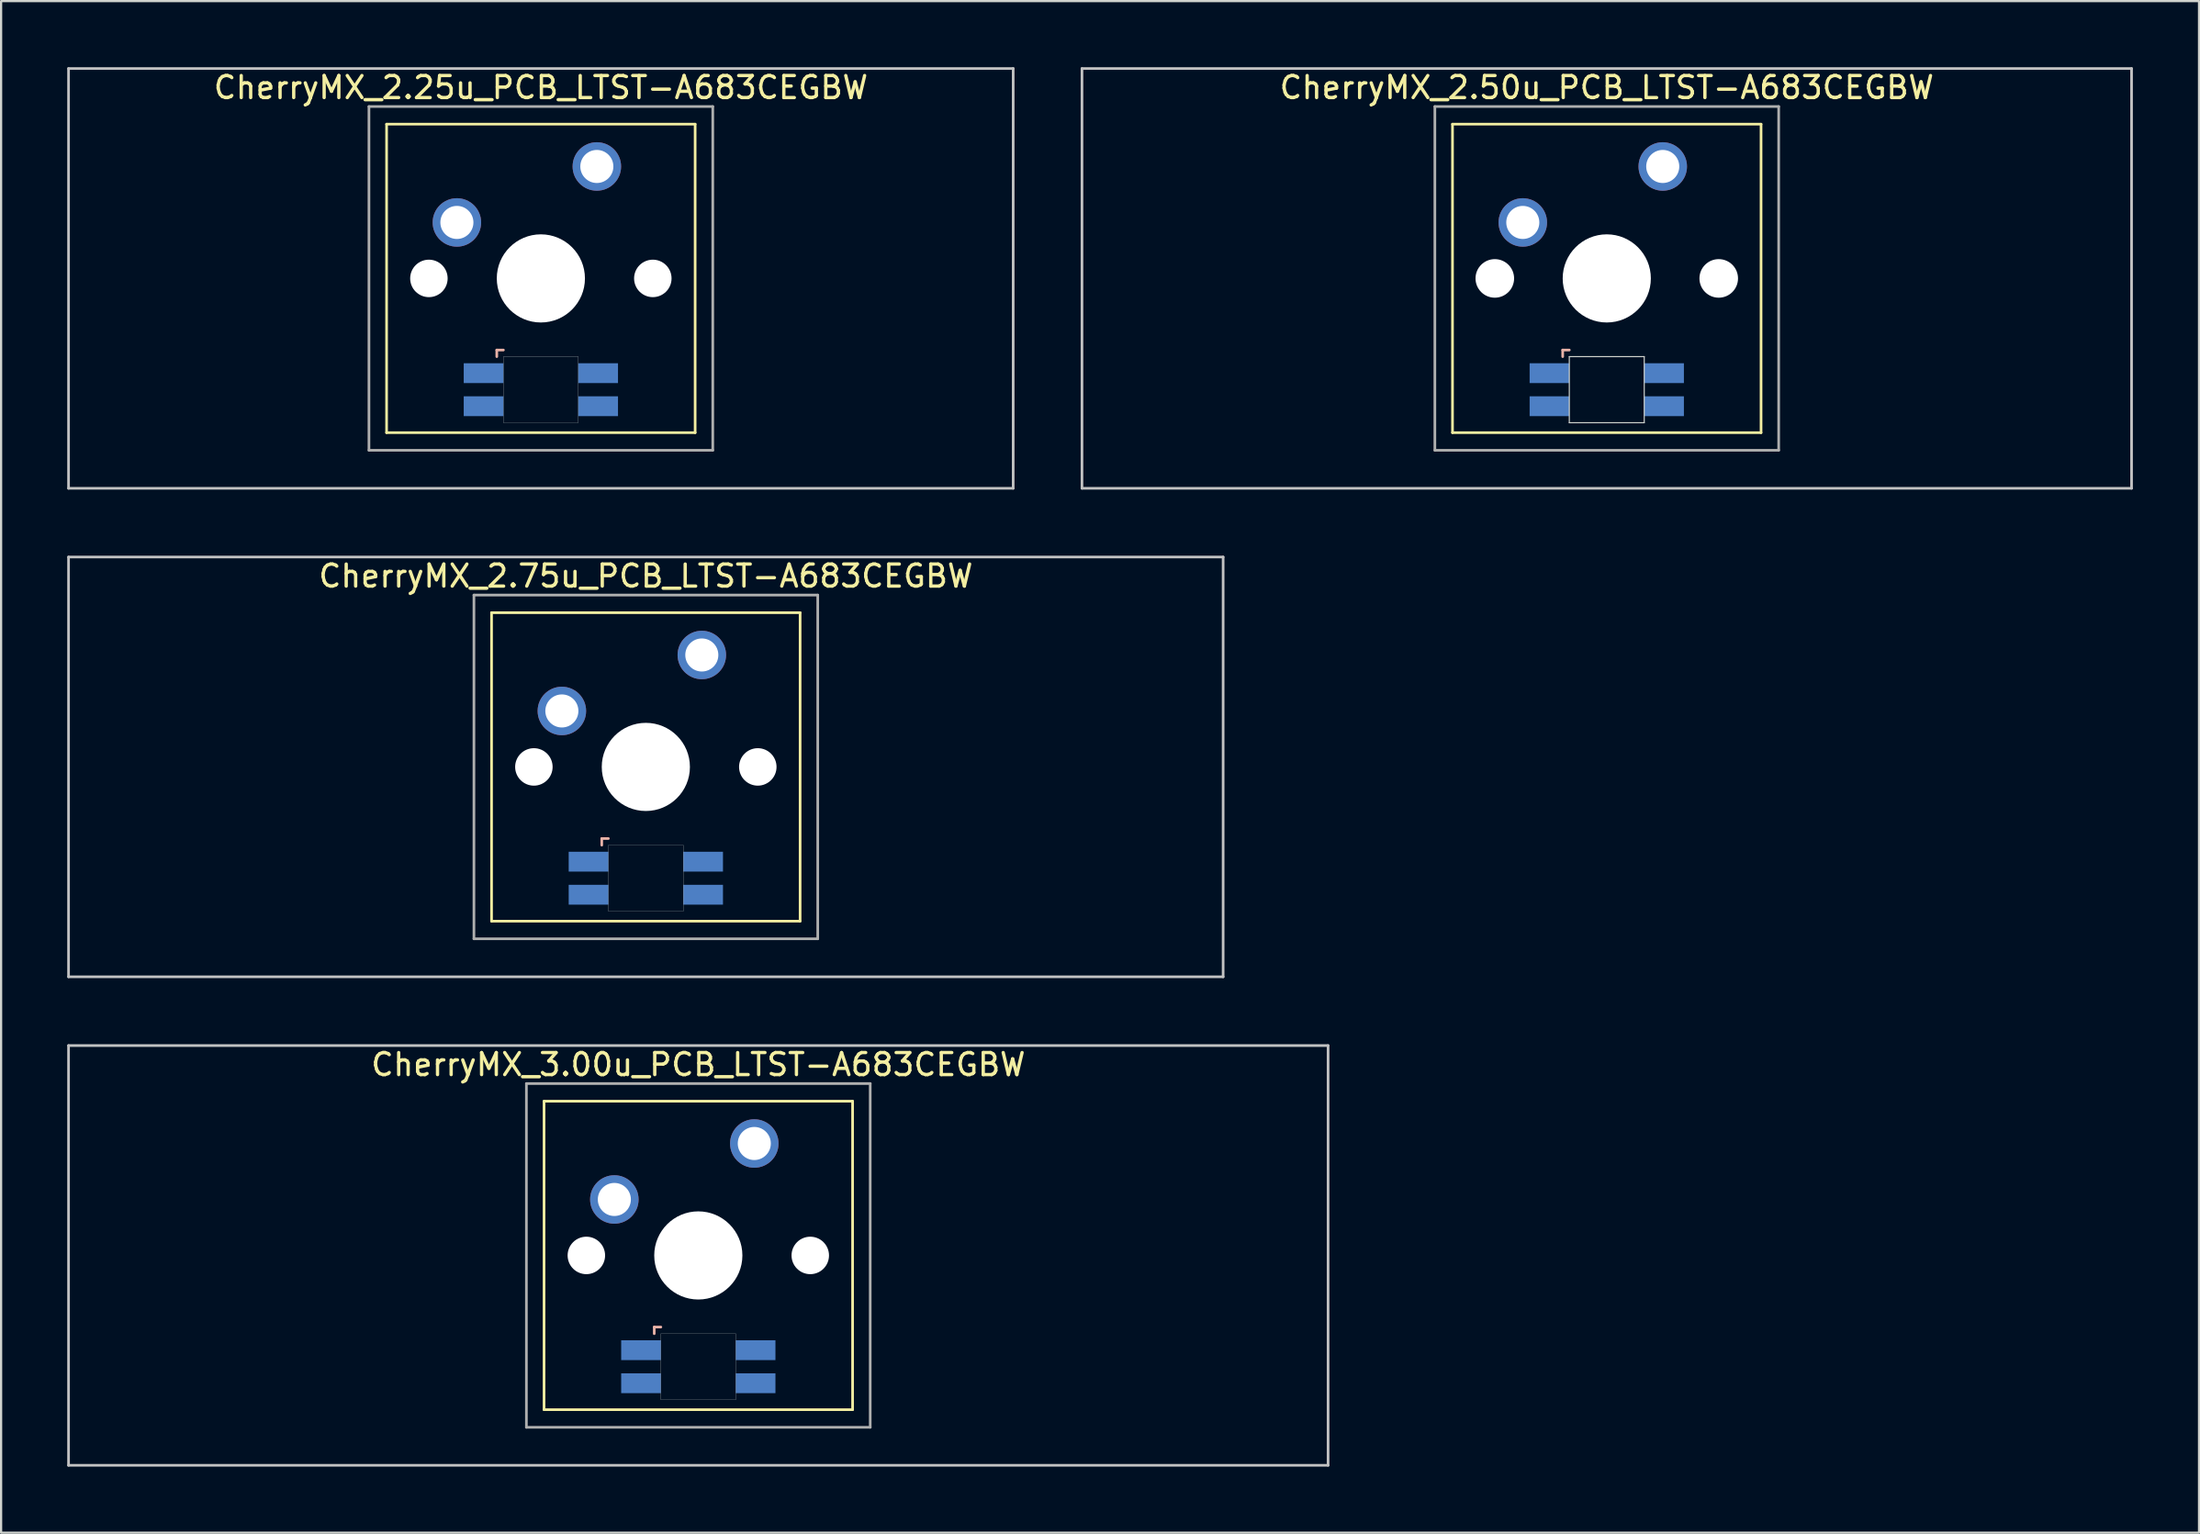
<source format=kicad_pcb>
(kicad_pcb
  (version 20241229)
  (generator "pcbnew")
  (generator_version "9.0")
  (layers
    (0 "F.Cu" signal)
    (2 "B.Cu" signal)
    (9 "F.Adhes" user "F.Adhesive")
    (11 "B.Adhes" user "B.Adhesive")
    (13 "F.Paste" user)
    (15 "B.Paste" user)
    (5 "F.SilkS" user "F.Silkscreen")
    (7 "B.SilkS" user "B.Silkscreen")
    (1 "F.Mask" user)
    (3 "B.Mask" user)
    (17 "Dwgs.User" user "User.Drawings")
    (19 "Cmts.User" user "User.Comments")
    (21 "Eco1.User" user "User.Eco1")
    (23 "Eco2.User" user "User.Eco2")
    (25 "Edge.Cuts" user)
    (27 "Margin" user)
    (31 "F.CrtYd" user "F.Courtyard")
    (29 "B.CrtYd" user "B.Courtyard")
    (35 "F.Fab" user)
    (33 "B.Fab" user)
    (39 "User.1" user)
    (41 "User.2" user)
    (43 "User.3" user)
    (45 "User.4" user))
  (footprint "CherryMX_2.25u_PCB_LTST-A683CEGBW"
    (layer "F.Cu")
    (at 21.491 9.585)
    (property "Reference" "CherryMX_2.25u_PCB_LTST-A683CEGBW" (at 0 -8.662 0) (layer "F.SilkS") (effects (font (size 1 1) (thickness 0.15))))
    (attr through_hole)
    (fp_line (start -7 -7) (end -7 7) (stroke (width 0.12) (type solid)) (layer "F.SilkS"))
    (fp_line (start -7 -7) (end 7 -7) (stroke (width 0.12) (type solid)) (layer "F.SilkS"))
    (fp_line (start 7 -7) (end 7 7) (stroke (width 0.12) (type solid)) (layer "F.SilkS"))
    (fp_line (start 7 7) (end -7 7) (stroke (width 0.12) (type solid)) (layer "F.SilkS"))
    (fp_line (start -2 3.25) (end -2 3.55) (stroke (width 0.12) (type solid)) (layer "B.SilkS"))
    (fp_line (start -1.7 3.25) (end -2 3.25) (stroke (width 0.12) (type solid)) (layer "B.SilkS"))
    (fp_line (start -21.431 -9.525) (end 21.431 -9.525) (stroke (width 0.12) (type solid)) (layer "Dwgs.User"))
    (fp_line (start -21.431 9.525) (end -21.431 -9.525) (stroke (width 0.12) (type solid)) (layer "Dwgs.User"))
    (fp_line (start 21.431 -9.525) (end 21.431 9.525) (stroke (width 0.12) (type solid)) (layer "Dwgs.User"))
    (fp_line (start 21.431 9.525) (end -21.431 9.525) (stroke (width 0.12) (type solid)) (layer "Dwgs.User"))
    (fp_poly (pts (xy 1.7 6.55) (xy -1.7 6.55) (xy -1.7 3.55) (xy 1.7 3.55)) (stroke (width 0.01) (type solid)) (fill no) (layer "Edge.Cuts"))
    (fp_line (start -7.8 -7.8) (end -7.8 7.8) (stroke (width 0.12) (type solid)) (layer "F.Fab"))
    (fp_line (start -7.8 -7.8) (end 7.8 -7.8) (stroke (width 0.12) (type solid)) (layer "F.Fab"))
    (fp_line (start -7.8 7.8) (end 7.8 7.8) (stroke (width 0.12) (type solid)) (layer "F.Fab"))
    (fp_line (start 7.8 -7.8) (end 7.8 7.8) (stroke (width 0.12) (type solid)) (layer "F.Fab"))
    (pad "" np_thru_hole circle (at -5.08 0) (size 1.7 1.7) (drill 1.7) (layers "*.Cu" "*.Mask"))
    (pad "" np_thru_hole circle (at 0 0) (size 4 4) (drill 4) (layers "*.Cu" "*.Mask"))
    (pad "" np_thru_hole circle (at 5.08 0) (size 1.7 1.7) (drill 1.7) (layers "*.Cu" "*.Mask"))
    (pad "1" thru_hole circle (at -3.81 -2.54) (size 2.2 2.2) (drill 1.5) (layers "*.Cu" "*.Mask"))
    (pad "2" thru_hole circle (at 2.54 -5.08) (size 2.2 2.2) (drill 1.5) (layers "*.Cu" "*.Mask"))
    (pad "3" smd rect (at -2.6 4.3) (size 1.8 0.9) (layers "B.Cu" "B.Mask" "B.Paste"))
    (pad "4" smd rect (at -2.6 5.8) (size 1.8 0.9) (layers "B.Cu" "B.Mask" "B.Paste"))
    (pad "5" smd rect (at 2.6 4.3) (size 1.8 0.9) (layers "B.Cu" "B.Mask" "B.Paste"))
    (pad "6" smd rect (at 2.6 5.8) (size 1.8 0.9) (layers "B.Cu" "B.Mask" "B.Paste")))
  (footprint "CherryMX_2.50u_PCB_LTST-A683CEGBW"
    (layer "F.Cu")
    (at 69.855 9.585)
    (property "Reference" "CherryMX_2.50u_PCB_LTST-A683CEGBW" (at 0 -8.662 0) (layer "F.SilkS") (effects (font (size 1 1) (thickness 0.15))))
    (attr through_hole)
    (fp_line (start -7 -7) (end -7 7) (stroke (width 0.12) (type solid)) (layer "F.SilkS"))
    (fp_line (start -7 -7) (end 7 -7) (stroke (width 0.12) (type solid)) (layer "F.SilkS"))
    (fp_line (start 7 -7) (end 7 7) (stroke (width 0.12) (type solid)) (layer "F.SilkS"))
    (fp_line (start 7 7) (end -7 7) (stroke (width 0.12) (type solid)) (layer "F.SilkS"))
    (fp_line (start -2 3.25) (end -2 3.55) (stroke (width 0.12) (type solid)) (layer "B.SilkS"))
    (fp_line (start -1.7 3.25) (end -2 3.25) (stroke (width 0.12) (type solid)) (layer "B.SilkS"))
    (fp_line (start -23.812 -9.525) (end 23.812 -9.525) (stroke (width 0.12) (type solid)) (layer "Dwgs.User"))
    (fp_line (start -23.812 9.525) (end -23.812 -9.525) (stroke (width 0.12) (type solid)) (layer "Dwgs.User"))
    (fp_line (start 23.812 -9.525) (end 23.812 9.525) (stroke (width 0.12) (type solid)) (layer "Dwgs.User"))
    (fp_line (start 23.812 9.525) (end -23.812 9.525) (stroke (width 0.12) (type solid)) (layer "Dwgs.User"))
    (fp_line (start -1.7 3.55) (end 1.7 3.55) (stroke (width 0.05) (type solid)) (layer "Edge.Cuts"))
    (fp_line (start -1.7 6.55) (end -1.7 3.55) (stroke (width 0.05) (type solid)) (layer "Edge.Cuts"))
    (fp_line (start 1.7 3.55) (end 1.7 6.55) (stroke (width 0.05) (type solid)) (layer "Edge.Cuts"))
    (fp_line (start 1.7 6.55) (end -1.7 6.55) (stroke (width 0.05) (type solid)) (layer "Edge.Cuts"))
    (fp_line (start -7.8 -7.8) (end -7.8 7.8) (stroke (width 0.12) (type solid)) (layer "F.Fab"))
    (fp_line (start -7.8 -7.8) (end 7.8 -7.8) (stroke (width 0.12) (type solid)) (layer "F.Fab"))
    (fp_line (start -7.8 7.8) (end 7.8 7.8) (stroke (width 0.12) (type solid)) (layer "F.Fab"))
    (fp_line (start 7.8 -7.8) (end 7.8 7.8) (stroke (width 0.12) (type solid)) (layer "F.Fab"))
    (pad "" np_thru_hole circle (at -5.08 0) (size 1.75 1.75) (drill 1.75) (layers "*.Cu" "*.Mask"))
    (pad "" np_thru_hole circle (at 0 0) (size 4 4) (drill 4) (layers "*.Cu" "*.Mask"))
    (pad "" np_thru_hole circle (at 5.08 0) (size 1.75 1.75) (drill 1.75) (layers "*.Cu" "*.Mask"))
    (pad "1" thru_hole circle (at -3.81 -2.54) (size 2.2 2.2) (drill 1.5) (layers "*.Cu" "*.Mask"))
    (pad "2" thru_hole circle (at 2.54 -5.08) (size 2.2 2.2) (drill 1.5) (layers "*.Cu" "*.Mask"))
    (pad "3" smd rect (at -2.6 4.3) (size 1.8 0.9) (layers "B.Cu" "B.Mask" "B.Paste"))
    (pad "4" smd rect (at -2.6 5.8) (size 1.8 0.9) (layers "B.Cu" "B.Mask" "B.Paste"))
    (pad "5" smd rect (at 2.6 4.3) (size 1.8 0.9) (layers "B.Cu" "B.Mask" "B.Paste"))
    (pad "6" smd rect (at 2.6 5.8) (size 1.8 0.9) (layers "B.Cu" "B.Mask" "B.Paste")))
  (footprint "CherryMX_3.00u_PCB_LTST-A683CEGBW"
    (layer "F.Cu")
    (at 28.635 53.925)
    (property "Reference" "CherryMX_3.00u_PCB_LTST-A683CEGBW" (at 0 -8.662 0) (layer "F.SilkS") (effects (font (size 1 1) (thickness 0.15))))
    (attr through_hole)
    (fp_line (start -7 -7) (end -7 7) (stroke (width 0.12) (type solid)) (layer "F.SilkS"))
    (fp_line (start -7 -7) (end 7 -7) (stroke (width 0.12) (type solid)) (layer "F.SilkS"))
    (fp_line (start 7 -7) (end 7 7) (stroke (width 0.12) (type solid)) (layer "F.SilkS"))
    (fp_line (start 7 7) (end -7 7) (stroke (width 0.12) (type solid)) (layer "F.SilkS"))
    (fp_line (start -2 3.25) (end -2 3.55) (stroke (width 0.12) (type solid)) (layer "B.SilkS"))
    (fp_line (start -1.7 3.25) (end -2 3.25) (stroke (width 0.12) (type solid)) (layer "B.SilkS"))
    (fp_line (start -28.575 -9.525) (end 28.575 -9.525) (stroke (width 0.12) (type solid)) (layer "Dwgs.User"))
    (fp_line (start -28.575 9.525) (end -28.575 -9.525) (stroke (width 0.12) (type solid)) (layer "Dwgs.User"))
    (fp_line (start 28.575 -9.525) (end 28.575 9.525) (stroke (width 0.12) (type solid)) (layer "Dwgs.User"))
    (fp_line (start 28.575 9.525) (end -28.575 9.525) (stroke (width 0.12) (type solid)) (layer "Dwgs.User"))
    (fp_poly (pts (xy 1.7 6.55) (xy -1.7 6.55) (xy -1.7 3.55) (xy 1.7 3.55)) (stroke (width 0.01) (type solid)) (fill no) (layer "Edge.Cuts"))
    (fp_line (start -7.8 -7.8) (end -7.8 7.8) (stroke (width 0.12) (type solid)) (layer "F.Fab"))
    (fp_line (start -7.8 -7.8) (end 7.8 -7.8) (stroke (width 0.12) (type solid)) (layer "F.Fab"))
    (fp_line (start -7.8 7.8) (end 7.8 7.8) (stroke (width 0.12) (type solid)) (layer "F.Fab"))
    (fp_line (start 7.8 -7.8) (end 7.8 7.8) (stroke (width 0.12) (type solid)) (layer "F.Fab"))
    (pad "" np_thru_hole circle (at -5.08 0) (size 1.7 1.7) (drill 1.7) (layers "*.Cu" "*.Mask"))
    (pad "" np_thru_hole circle (at 0 0) (size 4 4) (drill 4) (layers "*.Cu" "*.Mask"))
    (pad "" np_thru_hole circle (at 5.08 0) (size 1.7 1.7) (drill 1.7) (layers "*.Cu" "*.Mask"))
    (pad "1" thru_hole circle (at -3.81 -2.54) (size 2.2 2.2) (drill 1.5) (layers "*.Cu" "*.Mask"))
    (pad "2" thru_hole circle (at 2.54 -5.08) (size 2.2 2.2) (drill 1.5) (layers "*.Cu" "*.Mask"))
    (pad "3" smd rect (at -2.6 4.3) (size 1.8 0.9) (layers "B.Cu" "B.Mask" "B.Paste"))
    (pad "4" smd rect (at -2.6 5.8) (size 1.8 0.9) (layers "B.Cu" "B.Mask" "B.Paste"))
    (pad "5" smd rect (at 2.6 4.3) (size 1.8 0.9) (layers "B.Cu" "B.Mask" "B.Paste"))
    (pad "6" smd rect (at 2.6 5.8) (size 1.8 0.9) (layers "B.Cu" "B.Mask" "B.Paste")))
  (footprint "CherryMX_2.75u_PCB_LTST-A683CEGBW"
    (layer "F.Cu")
    (at 26.254 31.755)
    (property "Reference" "CherryMX_2.75u_PCB_LTST-A683CEGBW" (at 0 -8.662 0) (layer "F.SilkS") (effects (font (size 1 1) (thickness 0.15))))
    (attr through_hole)
    (fp_line (start -7 -7) (end -7 7) (stroke (width 0.12) (type solid)) (layer "F.SilkS"))
    (fp_line (start -7 -7) (end 7 -7) (stroke (width 0.12) (type solid)) (layer "F.SilkS"))
    (fp_line (start 7 -7) (end 7 7) (stroke (width 0.12) (type solid)) (layer "F.SilkS"))
    (fp_line (start 7 7) (end -7 7) (stroke (width 0.12) (type solid)) (layer "F.SilkS"))
    (fp_line (start -2 3.25) (end -2 3.55) (stroke (width 0.12) (type solid)) (layer "B.SilkS"))
    (fp_line (start -1.7 3.25) (end -2 3.25) (stroke (width 0.12) (type solid)) (layer "B.SilkS"))
    (fp_line (start -26.194 -9.525) (end 26.194 -9.525) (stroke (width 0.12) (type solid)) (layer "Dwgs.User"))
    (fp_line (start -26.194 9.525) (end -26.194 -9.525) (stroke (width 0.12) (type solid)) (layer "Dwgs.User"))
    (fp_line (start 26.194 -9.525) (end 26.194 9.525) (stroke (width 0.12) (type solid)) (layer "Dwgs.User"))
    (fp_line (start 26.194 9.525) (end -26.194 9.525) (stroke (width 0.12) (type solid)) (layer "Dwgs.User"))
    (fp_poly (pts (xy 1.7 6.55) (xy -1.7 6.55) (xy -1.7 3.55) (xy 1.7 3.55)) (stroke (width 0.01) (type solid)) (fill no) (layer "Edge.Cuts"))
    (fp_line (start -7.8 -7.8) (end -7.8 7.8) (stroke (width 0.12) (type solid)) (layer "F.Fab"))
    (fp_line (start -7.8 -7.8) (end 7.8 -7.8) (stroke (width 0.12) (type solid)) (layer "F.Fab"))
    (fp_line (start -7.8 7.8) (end 7.8 7.8) (stroke (width 0.12) (type solid)) (layer "F.Fab"))
    (fp_line (start 7.8 -7.8) (end 7.8 7.8) (stroke (width 0.12) (type solid)) (layer "F.Fab"))
    (pad "" np_thru_hole circle (at -5.08 0) (size 1.7 1.7) (drill 1.7) (layers "*.Cu" "*.Mask"))
    (pad "" np_thru_hole circle (at 0 0) (size 4 4) (drill 4) (layers "*.Cu" "*.Mask"))
    (pad "" np_thru_hole circle (at 5.08 0) (size 1.7 1.7) (drill 1.7) (layers "*.Cu" "*.Mask"))
    (pad "1" thru_hole circle (at -3.81 -2.54) (size 2.2 2.2) (drill 1.5) (layers "*.Cu" "*.Mask"))
    (pad "2" thru_hole circle (at 2.54 -5.08) (size 2.2 2.2) (drill 1.5) (layers "*.Cu" "*.Mask"))
    (pad "3" smd rect (at -2.6 4.3) (size 1.8 0.9) (layers "B.Cu" "B.Mask" "B.Paste"))
    (pad "4" smd rect (at -2.6 5.8) (size 1.8 0.9) (layers "B.Cu" "B.Mask" "B.Paste"))
    (pad "5" smd rect (at 2.6 4.3) (size 1.8 0.9) (layers "B.Cu" "B.Mask" "B.Paste"))
    (pad "6" smd rect (at 2.6 5.8) (size 1.8 0.9) (layers "B.Cu" "B.Mask" "B.Paste")))
  (gr_rect
    (start -3 -3)
    (end 96.728 66.51)
    (stroke (width 0.1) (type default))
    (fill no)
    (layer "Edge.Cuts")))
</source>
